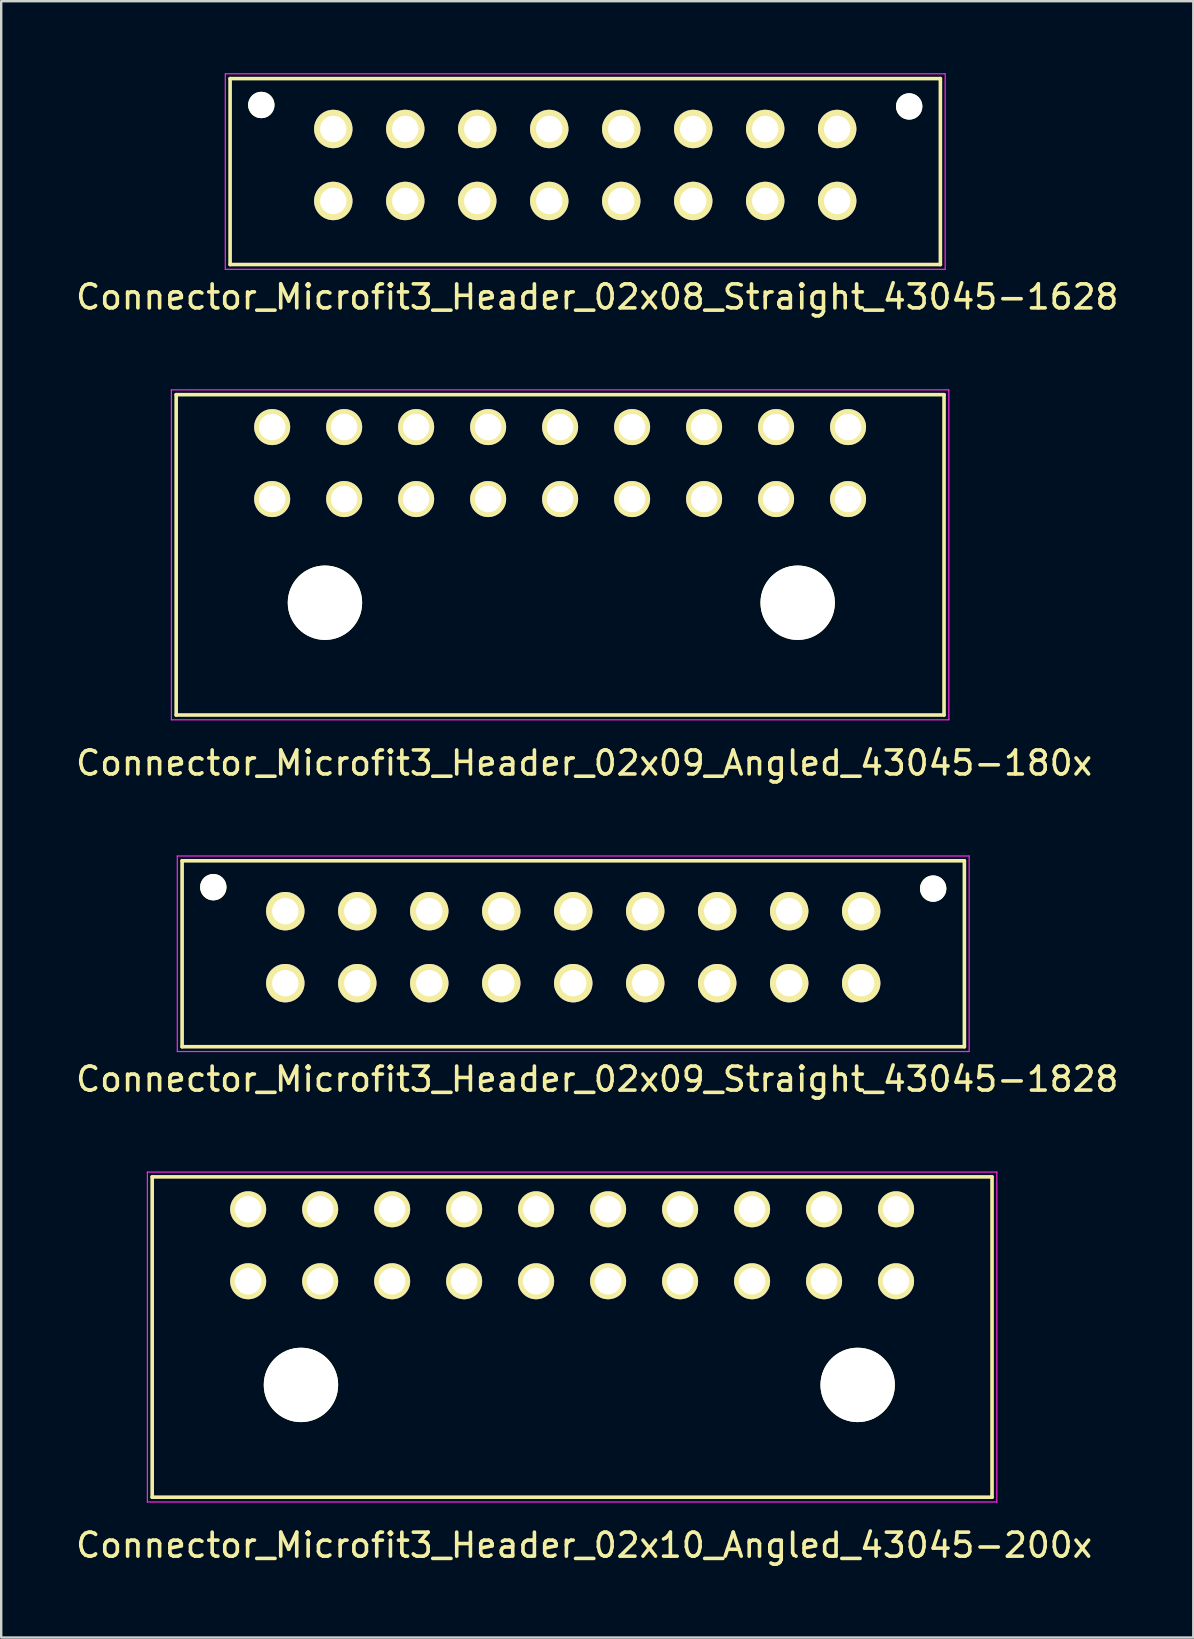
<source format=kicad_pcb>
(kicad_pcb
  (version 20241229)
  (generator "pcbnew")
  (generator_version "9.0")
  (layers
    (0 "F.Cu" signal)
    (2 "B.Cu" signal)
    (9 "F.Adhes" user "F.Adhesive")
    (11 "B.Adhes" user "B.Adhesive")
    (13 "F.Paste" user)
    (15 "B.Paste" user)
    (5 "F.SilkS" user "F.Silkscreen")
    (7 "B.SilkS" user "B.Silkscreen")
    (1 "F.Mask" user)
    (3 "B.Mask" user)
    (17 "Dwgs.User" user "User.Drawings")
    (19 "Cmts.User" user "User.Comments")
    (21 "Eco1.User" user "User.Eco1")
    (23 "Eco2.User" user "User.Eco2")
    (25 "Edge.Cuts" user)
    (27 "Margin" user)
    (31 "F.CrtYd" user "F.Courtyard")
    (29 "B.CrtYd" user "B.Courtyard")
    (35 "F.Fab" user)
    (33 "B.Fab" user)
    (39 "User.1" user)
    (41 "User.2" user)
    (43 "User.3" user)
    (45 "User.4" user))
  (footprint "Connector_Microfit3_Header_02x09_Straight_43045-1828"
    (layer "F.Cu")
    (at 32.839 37.922)
    (property "Reference" "Connector_Microfit3_Header_02x09_Straight_43045-1828" (at -11 4 0) (layer "F.SilkS") (effects (font (size 1 1) (thickness 0.15))))
    (attr through_hole)
    (fp_line (start -28.3 2.65) (end -28.3 -5.1) (stroke (width 0.15) (type solid)) (layer "F.SilkS"))
    (fp_line (start 4.3 -5.1) (end -28.3 -5.1) (stroke (width 0.15) (type solid)) (layer "F.SilkS"))
    (fp_line (start 4.3 2.65) (end -28.3 2.65) (stroke (width 0.15) (type solid)) (layer "F.SilkS"))
    (fp_line (start 4.3 2.65) (end 4.3 -5.1) (stroke (width 0.15) (type solid)) (layer "F.SilkS"))
    (fp_line (start -28.5 2.85) (end -28.5 -5.3) (stroke (width 0.05) (type solid)) (layer "F.CrtYd"))
    (fp_line (start 4.5 -5.3) (end -28.5 -5.3) (stroke (width 0.05) (type solid)) (layer "F.CrtYd"))
    (fp_line (start 4.5 2.85) (end -28.5 2.85) (stroke (width 0.05) (type solid)) (layer "F.CrtYd"))
    (fp_line (start 4.5 2.85) (end 4.5 -5.3) (stroke (width 0.05) (type solid)) (layer "F.CrtYd"))
    (pad "" np_thru_hole circle (at -27 -4) (size 1.1 1.1) (drill 1.1) (layers "*.Cu" "*.Mask" "F.SilkS"))
    (pad "" np_thru_hole circle (at 3 -3.94) (size 1.1 1.1) (drill 1.1) (layers "*.Cu" "*.Mask" "F.SilkS"))
    (pad "1" thru_hole circle (at 0 0) (size 1.6 1.6) (drill 1.1) (layers "*.Cu" "*.Mask" "F.SilkS"))
    (pad "2" thru_hole circle (at -3 0) (size 1.6 1.6) (drill 1.1) (layers "*.Cu" "*.Mask" "F.SilkS"))
    (pad "3" thru_hole circle (at -6 0) (size 1.6 1.6) (drill 1.1) (layers "*.Cu" "*.Mask" "F.SilkS"))
    (pad "4" thru_hole circle (at -9 0) (size 1.6 1.6) (drill 1.1) (layers "*.Cu" "*.Mask" "F.SilkS"))
    (pad "5" thru_hole circle (at -12 0) (size 1.6 1.6) (drill 1.1) (layers "*.Cu" "*.Mask" "F.SilkS"))
    (pad "6" thru_hole circle (at -15 0) (size 1.6 1.6) (drill 1.1) (layers "*.Cu" "*.Mask" "F.SilkS"))
    (pad "7" thru_hole circle (at -18 0) (size 1.6 1.6) (drill 1.1) (layers "*.Cu" "*.Mask" "F.SilkS"))
    (pad "8" thru_hole circle (at -21 0) (size 1.6 1.6) (drill 1.1) (layers "*.Cu" "*.Mask" "F.SilkS"))
    (pad "9" thru_hole circle (at -24 0) (size 1.6 1.6) (drill 1.1) (layers "*.Cu" "*.Mask" "F.SilkS"))
    (pad "10" thru_hole circle (at 0 -3) (size 1.6 1.6) (drill 1.1) (layers "*.Cu" "*.Mask" "F.SilkS"))
    (pad "11" thru_hole circle (at -3 -3) (size 1.6 1.6) (drill 1.1) (layers "*.Cu" "*.Mask" "F.SilkS"))
    (pad "12" thru_hole circle (at -6 -3) (size 1.6 1.6) (drill 1.1) (layers "*.Cu" "*.Mask" "F.SilkS"))
    (pad "13" thru_hole circle (at -9 -3) (size 1.6 1.6) (drill 1.1) (layers "*.Cu" "*.Mask" "F.SilkS"))
    (pad "14" thru_hole circle (at -12 -3) (size 1.6 1.6) (drill 1.1) (layers "*.Cu" "*.Mask" "F.SilkS"))
    (pad "15" thru_hole circle (at -15 -3) (size 1.6 1.6) (drill 1.1) (layers "*.Cu" "*.Mask" "F.SilkS"))
    (pad "16" thru_hole circle (at -18 -3) (size 1.6 1.6) (drill 1.1) (layers "*.Cu" "*.Mask" "F.SilkS"))
    (pad "17" thru_hole circle (at -21 -3) (size 1.6 1.6) (drill 1.1) (layers "*.Cu" "*.Mask" "F.SilkS"))
    (pad "18" thru_hole circle (at -24 -3) (size 1.6 1.6) (drill 1.1) (layers "*.Cu" "*.Mask" "F.SilkS")))
  (footprint "Connector_Microfit3_Header_02x08_Straight_43045-1628"
    (layer "F.Cu")
    (at 31.839 5.325)
    (property "Reference" "Connector_Microfit3_Header_02x08_Straight_43045-1628" (at -10 4 0) (layer "F.SilkS") (effects (font (size 1 1) (thickness 0.15))))
    (attr through_hole)
    (fp_line (start -25.3 2.65) (end -25.3 -5.1) (stroke (width 0.15) (type solid)) (layer "F.SilkS"))
    (fp_line (start 4.3 -5.1) (end -25.3 -5.1) (stroke (width 0.15) (type solid)) (layer "F.SilkS"))
    (fp_line (start 4.3 2.65) (end -25.3 2.65) (stroke (width 0.15) (type solid)) (layer "F.SilkS"))
    (fp_line (start 4.3 2.65) (end 4.3 -5.1) (stroke (width 0.15) (type solid)) (layer "F.SilkS"))
    (fp_line (start -25.5 2.85) (end -25.5 -5.3) (stroke (width 0.05) (type solid)) (layer "F.CrtYd"))
    (fp_line (start 4.5 -5.3) (end -25.5 -5.3) (stroke (width 0.05) (type solid)) (layer "F.CrtYd"))
    (fp_line (start 4.5 2.85) (end -25.5 2.85) (stroke (width 0.05) (type solid)) (layer "F.CrtYd"))
    (fp_line (start 4.5 2.85) (end 4.5 -5.3) (stroke (width 0.05) (type solid)) (layer "F.CrtYd"))
    (pad "" np_thru_hole circle (at -24 -4) (size 1.1 1.1) (drill 1.1) (layers "*.Cu" "*.Mask" "F.SilkS"))
    (pad "" np_thru_hole circle (at 3 -3.94) (size 1.1 1.1) (drill 1.1) (layers "*.Cu" "*.Mask" "F.SilkS"))
    (pad "1" thru_hole circle (at 0 0) (size 1.6 1.6) (drill 1.1) (layers "*.Cu" "*.Mask" "F.SilkS"))
    (pad "2" thru_hole circle (at -3 0) (size 1.6 1.6) (drill 1.1) (layers "*.Cu" "*.Mask" "F.SilkS"))
    (pad "3" thru_hole circle (at -6 0) (size 1.6 1.6) (drill 1.1) (layers "*.Cu" "*.Mask" "F.SilkS"))
    (pad "4" thru_hole circle (at -9 0) (size 1.6 1.6) (drill 1.1) (layers "*.Cu" "*.Mask" "F.SilkS"))
    (pad "5" thru_hole circle (at -12 0) (size 1.6 1.6) (drill 1.1) (layers "*.Cu" "*.Mask" "F.SilkS"))
    (pad "6" thru_hole circle (at -15 0) (size 1.6 1.6) (drill 1.1) (layers "*.Cu" "*.Mask" "F.SilkS"))
    (pad "7" thru_hole circle (at -18 0) (size 1.6 1.6) (drill 1.1) (layers "*.Cu" "*.Mask" "F.SilkS"))
    (pad "8" thru_hole circle (at -21 0) (size 1.6 1.6) (drill 1.1) (layers "*.Cu" "*.Mask" "F.SilkS"))
    (pad "9" thru_hole circle (at 0 -3) (size 1.6 1.6) (drill 1.1) (layers "*.Cu" "*.Mask" "F.SilkS"))
    (pad "10" thru_hole circle (at -3 -3) (size 1.6 1.6) (drill 1.1) (layers "*.Cu" "*.Mask" "F.SilkS"))
    (pad "11" thru_hole circle (at -6 -3) (size 1.6 1.6) (drill 1.1) (layers "*.Cu" "*.Mask" "F.SilkS"))
    (pad "12" thru_hole circle (at -9 -3) (size 1.6 1.6) (drill 1.1) (layers "*.Cu" "*.Mask" "F.SilkS"))
    (pad "13" thru_hole circle (at -12 -3) (size 1.6 1.6) (drill 1.1) (layers "*.Cu" "*.Mask" "F.SilkS"))
    (pad "14" thru_hole circle (at -15 -3) (size 1.6 1.6) (drill 1.1) (layers "*.Cu" "*.Mask" "F.SilkS"))
    (pad "15" thru_hole circle (at -18 -3) (size 1.6 1.6) (drill 1.1) (layers "*.Cu" "*.Mask" "F.SilkS"))
    (pad "16" thru_hole circle (at -21 -3) (size 1.6 1.6) (drill 1.1) (layers "*.Cu" "*.Mask" "F.SilkS")))
  (footprint "Connector_Microfit3_Header_02x10_Angled_43045-200x"
    (layer "F.Cu")
    (at 34.292 50.345)
    (property "Reference" "Connector_Microfit3_Header_02x10_Angled_43045-200x" (at -13 11 0) (layer "F.SilkS") (effects (font (size 1 1) (thickness 0.15))))
    (attr through_hole)
    (fp_line (start -31 -4.35) (end 4 -4.35) (stroke (width 0.15) (type solid)) (layer "F.SilkS"))
    (fp_line (start -31 9) (end -31 -4.35) (stroke (width 0.15) (type solid)) (layer "F.SilkS"))
    (fp_line (start 4 -4.35) (end 4 9) (stroke (width 0.15) (type solid)) (layer "F.SilkS"))
    (fp_line (start 4 9) (end -31 9) (stroke (width 0.15) (type solid)) (layer "F.SilkS"))
    (fp_line (start -31.2 -4.55) (end -31.2 9.2) (stroke (width 0.05) (type solid)) (layer "F.CrtYd"))
    (fp_line (start -31.2 9.2) (end 4.2 9.2) (stroke (width 0.05) (type solid)) (layer "F.CrtYd"))
    (fp_line (start 4.2 -4.55) (end -31.2 -4.55) (stroke (width 0.05) (type solid)) (layer "F.CrtYd"))
    (fp_line (start 4.2 9.2) (end 4.2 -4.55) (stroke (width 0.05) (type solid)) (layer "F.CrtYd"))
    (pad "" np_thru_hole circle (at -24.8 4.32) (size 3.1 3.1) (drill 3.1) (layers "*.Cu" "*.Mask" "F.SilkS"))
    (pad "" np_thru_hole circle (at -1.6 4.32) (size 3.1 3.1) (drill 3.1) (layers "*.Cu" "*.Mask" "F.SilkS"))
    (pad "1" thru_hole circle (at 0 0) (size 1.5 1.5) (drill 1.1) (layers "*.Cu" "*.Mask" "F.SilkS"))
    (pad "2" thru_hole circle (at -3 0) (size 1.5 1.5) (drill 1.1) (layers "*.Cu" "*.Mask" "F.SilkS"))
    (pad "3" thru_hole circle (at -6 0) (size 1.5 1.5) (drill 1.1) (layers "*.Cu" "*.Mask" "F.SilkS"))
    (pad "4" thru_hole circle (at -9 0) (size 1.5 1.5) (drill 1.1) (layers "*.Cu" "*.Mask" "F.SilkS"))
    (pad "5" thru_hole circle (at -12 0) (size 1.5 1.5) (drill 1.1) (layers "*.Cu" "*.Mask" "F.SilkS"))
    (pad "6" thru_hole circle (at -15 0) (size 1.5 1.5) (drill 1.1) (layers "*.Cu" "*.Mask" "F.SilkS"))
    (pad "7" thru_hole circle (at -18 0) (size 1.5 1.5) (drill 1.1) (layers "*.Cu" "*.Mask" "F.SilkS"))
    (pad "8" thru_hole circle (at -21 0) (size 1.5 1.5) (drill 1.1) (layers "*.Cu" "*.Mask" "F.SilkS"))
    (pad "9" thru_hole circle (at -24 0) (size 1.5 1.5) (drill 1.1) (layers "*.Cu" "*.Mask" "F.SilkS"))
    (pad "10" thru_hole circle (at -27 0) (size 1.5 1.5) (drill 1.1) (layers "*.Cu" "*.Mask" "F.SilkS"))
    (pad "11" thru_hole circle (at 0 -3) (size 1.5 1.5) (drill 1.1) (layers "*.Cu" "*.Mask" "F.SilkS"))
    (pad "12" thru_hole circle (at -3 -3) (size 1.5 1.5) (drill 1.1) (layers "*.Cu" "*.Mask" "F.SilkS"))
    (pad "13" thru_hole circle (at -6 -3) (size 1.5 1.5) (drill 1.1) (layers "*.Cu" "*.Mask" "F.SilkS"))
    (pad "14" thru_hole circle (at -9 -3) (size 1.5 1.5) (drill 1.1) (layers "*.Cu" "*.Mask" "F.SilkS"))
    (pad "15" thru_hole circle (at -12 -3) (size 1.5 1.5) (drill 1.1) (layers "*.Cu" "*.Mask" "F.SilkS"))
    (pad "16" thru_hole circle (at -15 -3) (size 1.5 1.5) (drill 1.1) (layers "*.Cu" "*.Mask" "F.SilkS"))
    (pad "17" thru_hole circle (at -18 -3) (size 1.5 1.5) (drill 1.1) (layers "*.Cu" "*.Mask" "F.SilkS"))
    (pad "18" thru_hole circle (at -21 -3) (size 1.5 1.5) (drill 1.1) (layers "*.Cu" "*.Mask" "F.SilkS"))
    (pad "19" thru_hole circle (at -24 -3) (size 1.5 1.5) (drill 1.1) (layers "*.Cu" "*.Mask" "F.SilkS"))
    (pad "20" thru_hole circle (at -27 -3) (size 1.5 1.5) (drill 1.1) (layers "*.Cu" "*.Mask" "F.SilkS")))
  (footprint "Connector_Microfit3_Header_02x09_Angled_43045-180x"
    (layer "F.Cu")
    (at 32.292 17.748)
    (property "Reference" "Connector_Microfit3_Header_02x09_Angled_43045-180x" (at -11 11 0) (layer "F.SilkS") (effects (font (size 1 1) (thickness 0.15))))
    (attr through_hole)
    (fp_line (start -28 -4.35) (end 4 -4.35) (stroke (width 0.15) (type solid)) (layer "F.SilkS"))
    (fp_line (start -28 9) (end -28 -4.35) (stroke (width 0.15) (type solid)) (layer "F.SilkS"))
    (fp_line (start 4 -4.35) (end 4 9) (stroke (width 0.15) (type solid)) (layer "F.SilkS"))
    (fp_line (start 4 9) (end -28 9) (stroke (width 0.15) (type solid)) (layer "F.SilkS"))
    (fp_line (start -28.2 -4.55) (end -28.2 9.2) (stroke (width 0.05) (type solid)) (layer "F.CrtYd"))
    (fp_line (start -28.2 9.2) (end 4.2 9.2) (stroke (width 0.05) (type solid)) (layer "F.CrtYd"))
    (fp_line (start 4.2 -4.55) (end -28.2 -4.55) (stroke (width 0.05) (type solid)) (layer "F.CrtYd"))
    (fp_line (start 4.2 9.2) (end 4.2 -4.55) (stroke (width 0.05) (type solid)) (layer "F.CrtYd"))
    (pad "" np_thru_hole circle (at -21.8 4.32) (size 3.1 3.1) (drill 3.1) (layers "*.Cu" "*.Mask" "F.SilkS"))
    (pad "" np_thru_hole circle (at -2.1 4.32) (size 3.1 3.1) (drill 3.1) (layers "*.Cu" "*.Mask" "F.SilkS"))
    (pad "1" thru_hole circle (at 0 0) (size 1.5 1.5) (drill 1.1) (layers "*.Cu" "*.Mask" "F.SilkS"))
    (pad "2" thru_hole circle (at -3 0) (size 1.5 1.5) (drill 1.1) (layers "*.Cu" "*.Mask" "F.SilkS"))
    (pad "3" thru_hole circle (at -6 0) (size 1.5 1.5) (drill 1.1) (layers "*.Cu" "*.Mask" "F.SilkS"))
    (pad "4" thru_hole circle (at -9 0) (size 1.5 1.5) (drill 1.1) (layers "*.Cu" "*.Mask" "F.SilkS"))
    (pad "5" thru_hole circle (at -12 0) (size 1.5 1.5) (drill 1.1) (layers "*.Cu" "*.Mask" "F.SilkS"))
    (pad "6" thru_hole circle (at -15 0) (size 1.5 1.5) (drill 1.1) (layers "*.Cu" "*.Mask" "F.SilkS"))
    (pad "7" thru_hole circle (at -18 0) (size 1.5 1.5) (drill 1.1) (layers "*.Cu" "*.Mask" "F.SilkS"))
    (pad "8" thru_hole circle (at -21 0) (size 1.5 1.5) (drill 1.1) (layers "*.Cu" "*.Mask" "F.SilkS"))
    (pad "9" thru_hole circle (at -24 0) (size 1.5 1.5) (drill 1.1) (layers "*.Cu" "*.Mask" "F.SilkS"))
    (pad "10" thru_hole circle (at 0 -3) (size 1.5 1.5) (drill 1.1) (layers "*.Cu" "*.Mask" "F.SilkS"))
    (pad "11" thru_hole circle (at -3 -3) (size 1.5 1.5) (drill 1.1) (layers "*.Cu" "*.Mask" "F.SilkS"))
    (pad "12" thru_hole circle (at -6 -3) (size 1.5 1.5) (drill 1.1) (layers "*.Cu" "*.Mask" "F.SilkS"))
    (pad "13" thru_hole circle (at -9 -3) (size 1.5 1.5) (drill 1.1) (layers "*.Cu" "*.Mask" "F.SilkS"))
    (pad "14" thru_hole circle (at -12 -3) (size 1.5 1.5) (drill 1.1) (layers "*.Cu" "*.Mask" "F.SilkS"))
    (pad "15" thru_hole circle (at -15 -3) (size 1.5 1.5) (drill 1.1) (layers "*.Cu" "*.Mask" "F.SilkS"))
    (pad "16" thru_hole circle (at -18 -3) (size 1.5 1.5) (drill 1.1) (layers "*.Cu" "*.Mask" "F.SilkS"))
    (pad "17" thru_hole circle (at -21 -3) (size 1.5 1.5) (drill 1.1) (layers "*.Cu" "*.Mask" "F.SilkS"))
    (pad "18" thru_hole circle (at -24 -3) (size 1.5 1.5) (drill 1.1) (layers "*.Cu" "*.Mask" "F.SilkS")))
  (gr_rect
    (start -3 -3)
    (end 46.679 65.193)
    (stroke (width 0.1) (type default))
    (fill no)
    (layer "Edge.Cuts")))
</source>
